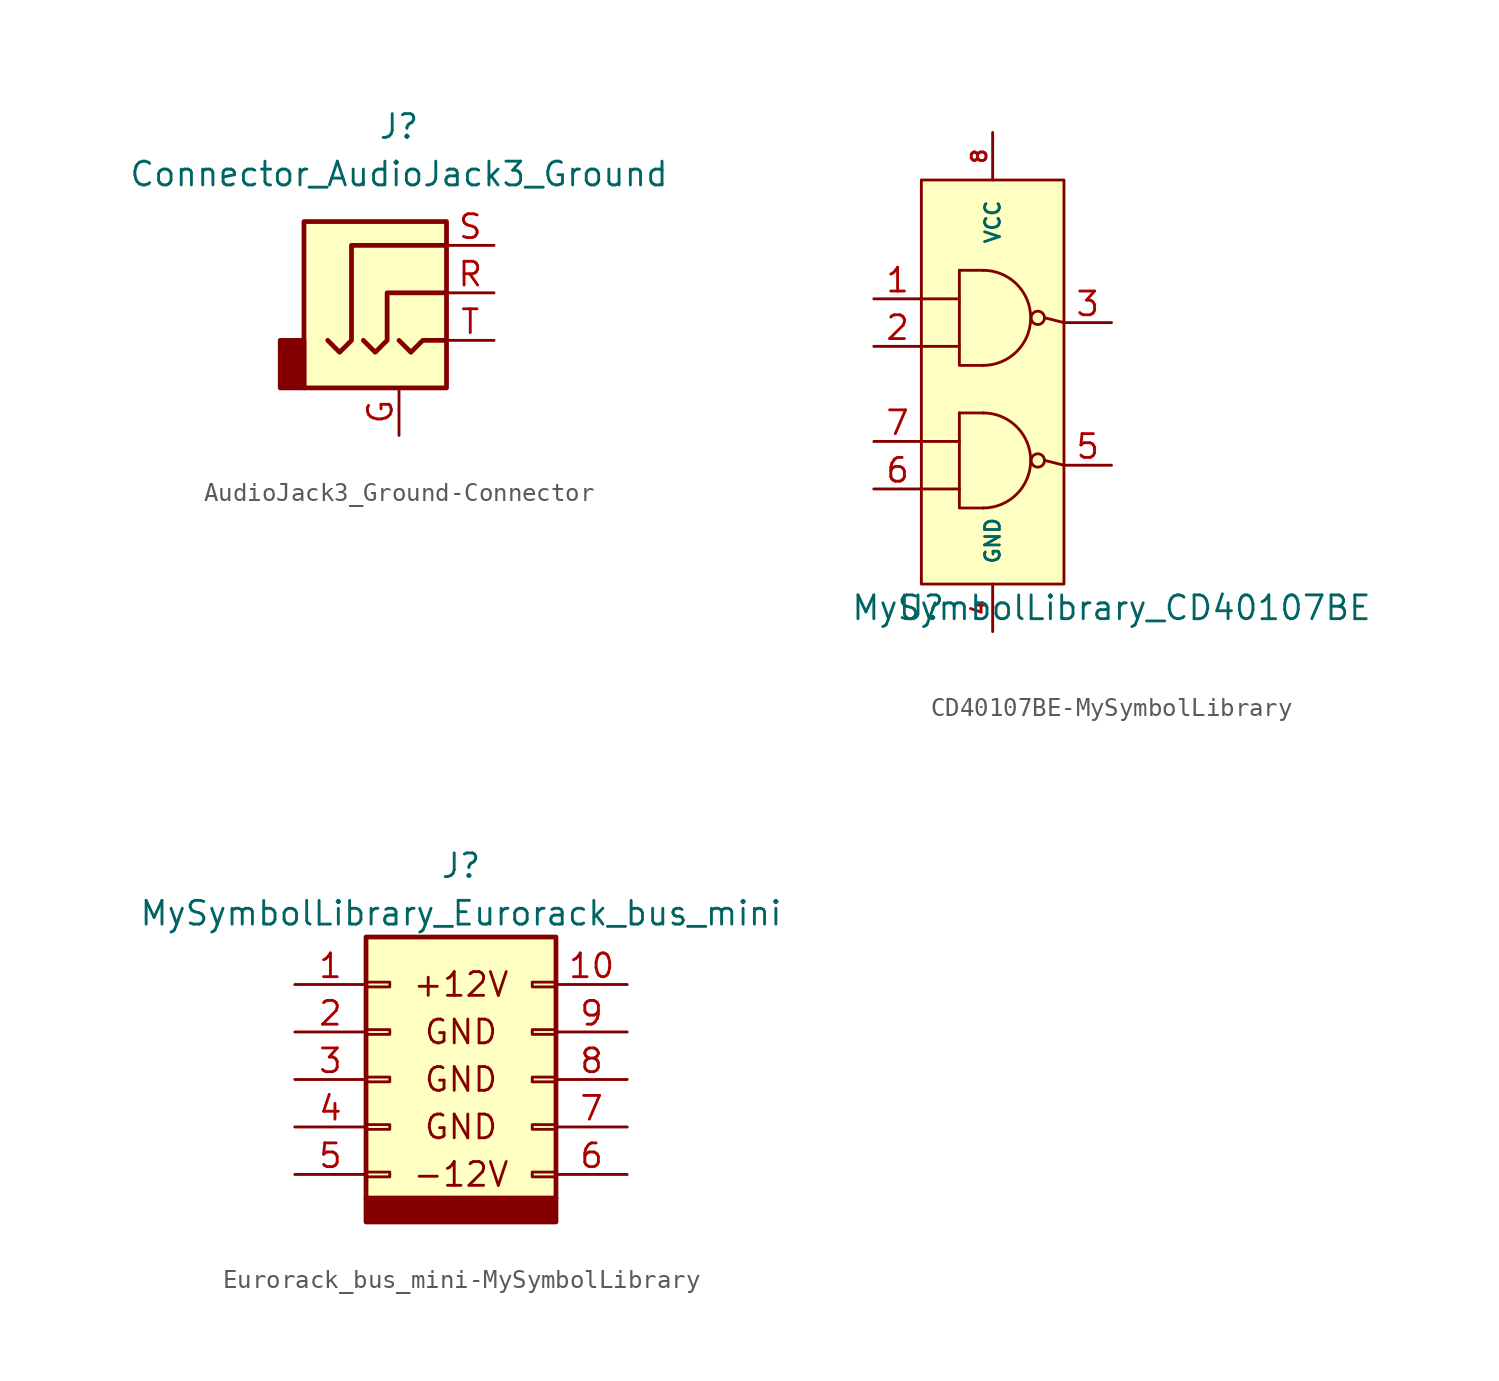
<source format=kicad_sym>
(kicad_symbol_lib
  (version 20220914)
  (generator kicad_symbol_editor)
  (symbol "AudioJack3_Ground-Connector"
    (property "Reference" "J"
      (at 0 8.89 0)
      (effects (font (size 1.27 1.27))))
    (property "Value" "Connector_AudioJack3_Ground"
      (at 0 6.35 0)
      (effects (font (size 1.27 1.27))))
    (symbol "AudioJack3_Ground-Connector_0_1"
      (rectangle (start -5.08 -2.54) (end -6.35 -5.08) (stroke (width 0.254) (type solid)) (fill (type outline)))
      (polyline (pts (xy 0 -2.54) (xy 0.635 -3.175) (xy 1.27 -2.54) (xy 2.54 -2.54)) (stroke (width 0.254) (type solid)) (fill (type none)))
      (polyline (pts (xy -1.905 -2.54) (xy -1.27 -3.175) (xy -0.635 -2.54) (xy -0.635 0) (xy 2.54 0)) (stroke (width 0.254) (type solid)) (fill (type none)))
      (polyline (pts (xy 2.54 2.54) (xy -2.54 2.54) (xy -2.54 -2.54) (xy -3.175 -3.175) (xy -3.81 -2.54)) (stroke (width 0.254) (type solid)) (fill (type none)))
      (rectangle (start 2.54 3.81) (end -5.08 -5.08) (stroke (width 0.254) (type solid)) (fill (type background))))
    (symbol "AudioJack3_Ground-Connector_1_1"
      (pin passive line (at 0 -7.62 90) (length 2.54) (name "~" (effects (font (size 1.27 1.27)))) (number "G" (effects (font (size 1.27 1.27)))))
      (pin passive line (at 5.08 0 180) (length 2.54) (name "~" (effects (font (size 1.27 1.27)))) (number "R" (effects (font (size 1.27 1.27)))))
      (pin passive line (at 5.08 2.54 180) (length 2.54) (name "~" (effects (font (size 1.27 1.27)))) (number "S" (effects (font (size 1.27 1.27)))))
      (pin passive line (at 5.08 -2.54 180) (length 2.54) (name "~" (effects (font (size 1.27 1.27)))) (number "T" (effects (font (size 1.27 1.27)))))))
  (symbol "CD40107BE-MySymbolLibrary"
    (pin_names
      (offset 1.016))
    (property "Reference" "U"
      (at -3.81 -6.35 0)
      (effects (font (size 1.27 1.27))))
    (property "Value" "MySymbolLibrary_CD40107BE"
      (at 6.35 -6.35 0)
      (effects (font (size 1.27 1.27))))
    (symbol "CD40107BE-MySymbolLibrary_0_1"
      (rectangle (start -3.81 16.51) (end 3.81 -5.08) (stroke (width 0) (type solid)) (fill (type background)))
      (arc (start -0.508 6.604) (mid 2.021 9.144) (end -0.508 11.684) (stroke (width 0) (type solid)) (fill (type none)))
      (polyline (pts (xy -3.81 0) (xy -1.778 0)) (stroke (width 0) (type solid)) (fill (type none)))
      (polyline (pts (xy -3.81 2.54) (xy -1.778 2.54)) (stroke (width 0) (type solid)) (fill (type none)))
      (polyline (pts (xy -3.81 7.62) (xy -1.778 7.62)) (stroke (width 0) (type solid)) (fill (type none)))
      (polyline (pts (xy -3.81 10.16) (xy -1.778 10.16)) (stroke (width 0) (type solid)) (fill (type none)))
      (polyline (pts (xy -1.778 11.684) (xy -0.508 11.684)) (stroke (width 0) (type solid)) (fill (type none)))
      (polyline (pts (xy 2.794 9.144) (xy 3.81 8.89)) (stroke (width 0) (type solid)) (fill (type none)))
      (polyline (pts (xy 3.81 1.27) (xy 2.794 1.524)) (stroke (width 0) (type solid)) (fill (type none)))
      (polyline (pts (xy -1.778 11.684) (xy -1.778 6.604) (xy -0.508 6.604)) (stroke (width 0) (type solid)) (fill (type none)))
      (circle (center 2.413 9.144) (radius 0.356) (stroke (width 0) (type solid)) (fill (type none))))
    (symbol "CD40107BE-MySymbolLibrary_1_1"
      (arc (start -0.508 -1.016) (mid 2.021 1.524) (end -0.508 4.064) (stroke (width 0) (type solid)) (fill (type none)))
      (polyline (pts (xy -1.778 4.064) (xy -0.508 4.064)) (stroke (width 0) (type solid)) (fill (type none)))
      (polyline (pts (xy -1.778 4.064) (xy -1.778 -1.016) (xy -0.508 -1.016)) (stroke (width 0) (type solid)) (fill (type none)))
      (circle (center 2.413 1.524) (radius 0.356) (stroke (width 0) (type solid)) (fill (type none)))
      (pin input line (at -6.35 10.16 0) (length 2.54) (name "~" (effects (font (size 1.27 1.27)))) (number "1" (effects (font (size 1.27 1.27)))))
      (pin input line (at -6.35 7.62 0) (length 2.54) (name "~" (effects (font (size 1.27 1.27)))) (number "2" (effects (font (size 1.27 1.27)))))
      (pin output line (at 6.35 8.89 180) (length 2.54) (name "~" (effects (font (size 1.27 1.27)))) (number "3" (effects (font (size 1.27 1.27)))))
      (pin power_in line (at 0 -7.62 90) (length 2.54) (name "GND" (effects (font (size 0.787 0.787)))) (number "4" (effects (font (size 0.787 0.787)))))
      (pin output line (at 6.35 1.27 180) (length 2.54) (name "~" (effects (font (size 1.27 1.27)))) (number "5" (effects (font (size 1.27 1.27)))))
      (pin input line (at -6.35 0 0) (length 2.54) (name "~" (effects (font (size 1.27 1.27)))) (number "6" (effects (font (size 1.27 1.27)))))
      (pin input line (at -6.35 2.54 0) (length 2.54) (name "~" (effects (font (size 1.27 1.27)))) (number "7" (effects (font (size 1.27 1.27)))))
      (pin power_in line (at 0 19.05 270) (length 2.54) (name "VCC" (effects (font (size 0.787 0.787)))) (number "8" (effects (font (size 0.787 0.787)))))))
  (symbol "Eurorack_bus_mini-MySymbolLibrary"
    (pin_names
      (offset 1.016))
    (property "Reference" "J"
      (at 0 11.43 0)
      (effects (font (size 1.27 1.27))))
    (property "Value" "MySymbolLibrary_Eurorack_bus_mini"
      (at 0 8.89 0)
      (effects (font (size 1.27 1.27))))
    (symbol "Eurorack_bus_mini-MySymbolLibrary_0_0"
      (polyline (pts (xy -5.08 -6.35) (xy -5.08 7.62) (xy 5.08 7.62) (xy 5.08 -6.35) (xy -5.08 -6.35)) (stroke (width 0.254) (type solid)) (fill (type background))))
    (symbol "Eurorack_bus_mini-MySymbolLibrary_1_0"
      (polyline (pts (xy 5.08 -6.35) (xy -5.08 -6.35) (xy -5.08 -7.62) (xy 5.08 -7.62) (xy 5.08 -6.35)) (stroke (width 0.254) (type solid)) (fill (type outline)))
      (text "+12V" (at 0 5.08 0) (effects (font (size 1.27 1.27))))
      (text "-12V" (at 0 -5.08 0) (effects (font (size 1.27 1.27))))
      (text "GND" (at 0 -2.54 0) (effects (font (size 1.27 1.27))))
      (text "GND" (at 0 0 0) (effects (font (size 1.27 1.27))))
      (text "GND" (at 0 2.54 0) (effects (font (size 1.27 1.27)))))
    (symbol "Eurorack_bus_mini-MySymbolLibrary_1_1"
      (rectangle (start -5.08 -4.953) (end -3.81 -5.207) (stroke (width 0.152) (type solid)) (fill (type none)))
      (rectangle (start -5.08 -2.413) (end -3.81 -2.667) (stroke (width 0.152) (type solid)) (fill (type none)))
      (rectangle (start -5.08 0.127) (end -3.81 -0.127) (stroke (width 0.152) (type solid)) (fill (type none)))
      (rectangle (start -5.08 2.667) (end -3.81 2.413) (stroke (width 0.152) (type solid)) (fill (type none)))
      (rectangle (start -5.08 5.207) (end -3.81 4.953) (stroke (width 0.152) (type solid)) (fill (type none)))
      (rectangle (start 5.08 -4.953) (end 3.81 -5.207) (stroke (width 0.152) (type solid)) (fill (type none)))
      (rectangle (start 5.08 -2.413) (end 3.81 -2.667) (stroke (width 0.152) (type solid)) (fill (type none)))
      (rectangle (start 5.08 0.127) (end 3.81 -0.127) (stroke (width 0.152) (type solid)) (fill (type none)))
      (rectangle (start 5.08 2.667) (end 3.81 2.413) (stroke (width 0.152) (type solid)) (fill (type none)))
      (rectangle (start 5.08 5.207) (end 3.81 4.953) (stroke (width 0.152) (type solid)) (fill (type none)))
      (pin passive line (at -8.89 5.08 0) (length 3.81) (name "~" (effects (font (size 1.27 1.27)))) (number "1" (effects (font (size 1.27 1.27)))))
      (pin passive line (at 8.89 5.08 180) (length 3.81) (name "~" (effects (font (size 1.27 1.27)))) (number "10" (effects (font (size 1.27 1.27)))))
      (pin passive line (at -8.89 2.54 0) (length 3.81) (name "~" (effects (font (size 1.27 1.27)))) (number "2" (effects (font (size 1.27 1.27)))))
      (pin passive line (at -8.89 0 0) (length 3.81) (name "~" (effects (font (size 1.27 1.27)))) (number "3" (effects (font (size 1.27 1.27)))))
      (pin passive line (at -8.89 -2.54 0) (length 3.81) (name "~" (effects (font (size 1.27 1.27)))) (number "4" (effects (font (size 1.27 1.27)))))
      (pin passive line (at -8.89 -5.08 0) (length 3.81) (name "~" (effects (font (size 1.27 1.27)))) (number "5" (effects (font (size 1.27 1.27)))))
      (pin passive line (at 8.89 -5.08 180) (length 3.81) (name "~" (effects (font (size 1.27 1.27)))) (number "6" (effects (font (size 1.27 1.27)))))
      (pin passive line (at 8.89 -2.54 180) (length 3.81) (name "~" (effects (font (size 1.27 1.27)))) (number "7" (effects (font (size 1.27 1.27)))))
      (pin passive line (at 8.89 0 180) (length 3.81) (name "~" (effects (font (size 1.27 1.27)))) (number "8" (effects (font (size 1.27 1.27)))))
      (pin passive line (at 8.89 2.54 180) (length 3.81) (name "~" (effects (font (size 1.27 1.27)))) (number "9" (effects (font (size 1.27 1.27))))))))
</source>
